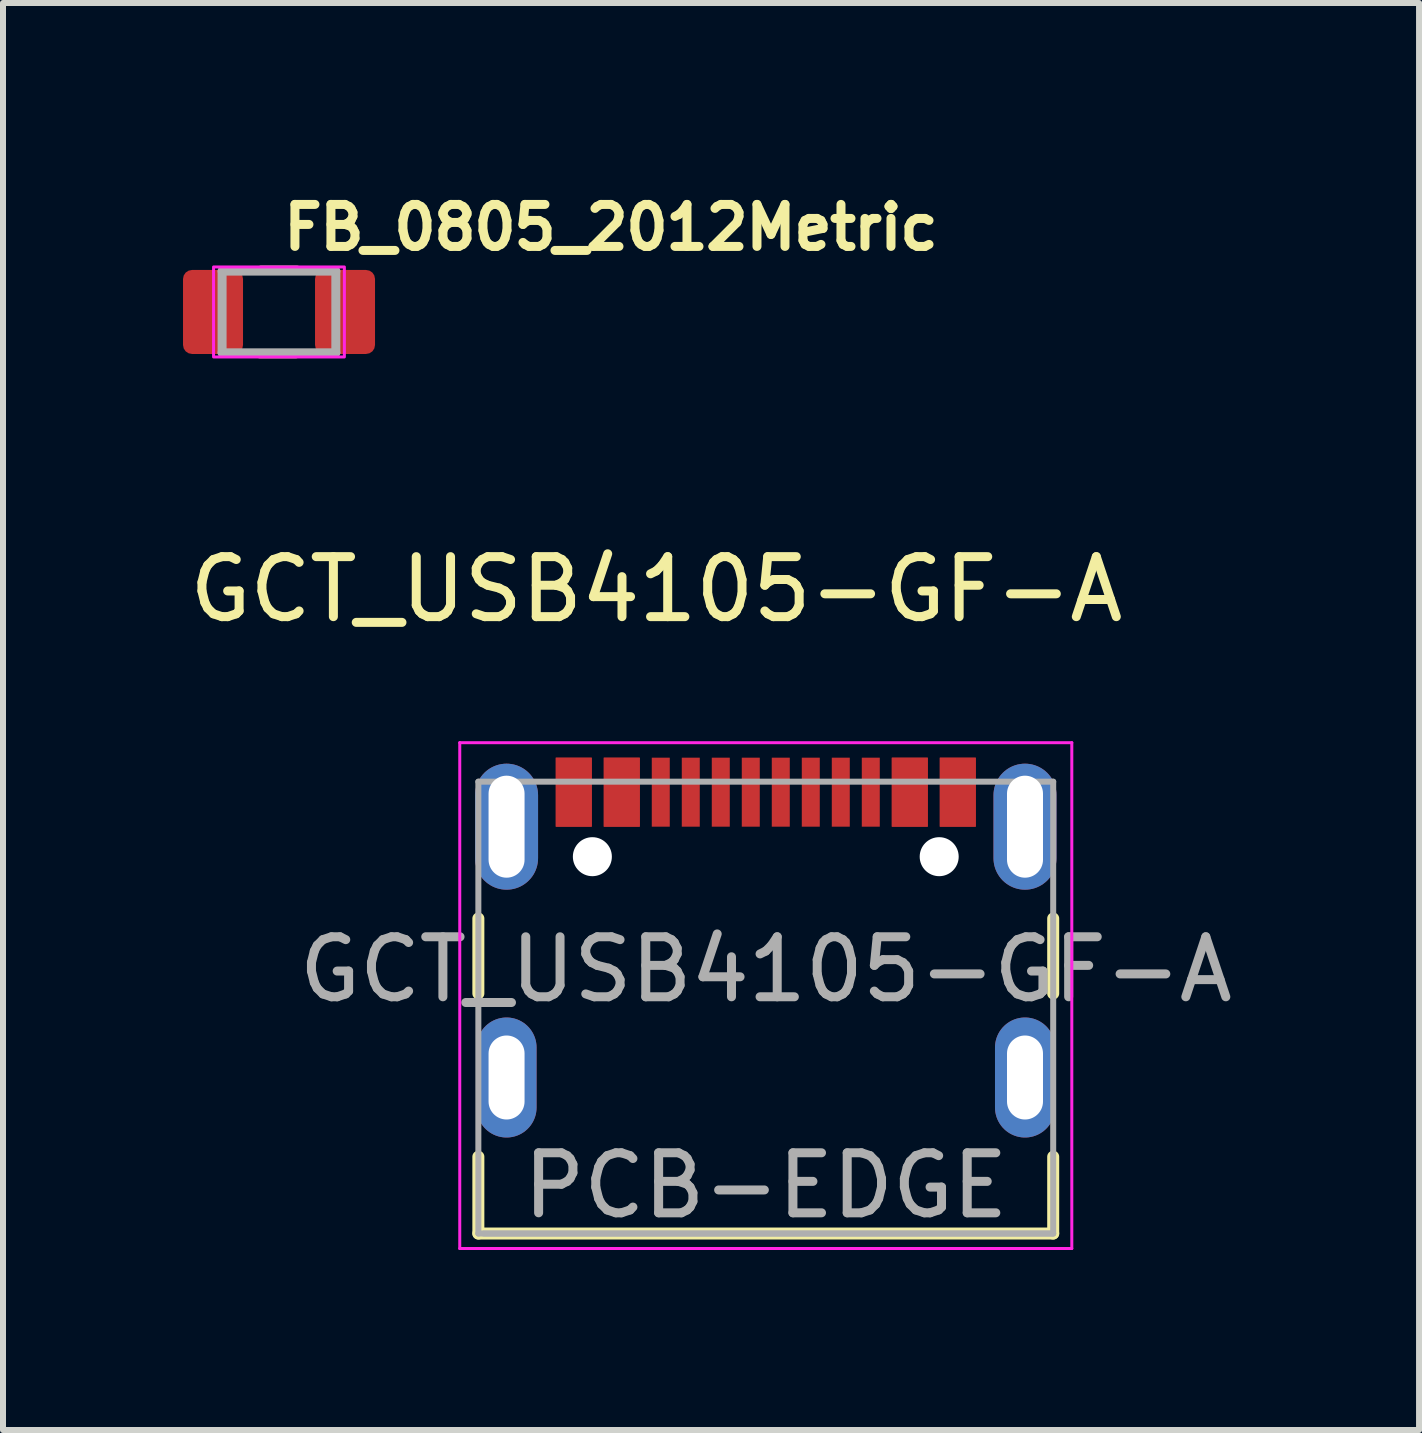
<source format=kicad_pcb>
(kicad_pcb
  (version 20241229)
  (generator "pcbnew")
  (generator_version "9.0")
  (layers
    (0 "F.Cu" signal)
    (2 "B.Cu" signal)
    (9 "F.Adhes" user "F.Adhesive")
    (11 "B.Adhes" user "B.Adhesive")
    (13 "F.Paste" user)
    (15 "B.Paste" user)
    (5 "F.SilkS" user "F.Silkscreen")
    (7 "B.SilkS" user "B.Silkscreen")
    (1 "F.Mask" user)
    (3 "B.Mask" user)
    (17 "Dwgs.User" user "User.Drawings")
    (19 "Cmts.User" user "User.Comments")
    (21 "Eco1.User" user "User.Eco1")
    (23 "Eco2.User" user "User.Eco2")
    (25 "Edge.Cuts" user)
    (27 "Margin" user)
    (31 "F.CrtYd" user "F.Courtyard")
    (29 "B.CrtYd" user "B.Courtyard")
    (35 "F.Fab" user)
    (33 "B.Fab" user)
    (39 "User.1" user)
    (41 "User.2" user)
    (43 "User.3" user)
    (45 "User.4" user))
  (footprint "GCT_USB4105-GF-A"
    (layer "F.Cu")
    (at 9.712 14.907)
    (property "Reference" "GCT_USB4105-GF-A" (at -1.825 -8.135 0) (layer "F.SilkS") (effects (font (size 1 1) (thickness 0.15))))
    (attr through_hole)
    (fp_line (start -4.79 -2.65) (end -4.79 -1.4) (stroke (width 0.2) (type solid)) (layer "F.SilkS"))
    (fp_line (start -4.79 1.32) (end -4.79 2.6) (stroke (width 0.2) (type solid)) (layer "F.SilkS"))
    (fp_line (start -4.79 2.6) (end 4.79 2.6) (stroke (width 0.2) (type solid)) (layer "F.SilkS"))
    (fp_line (start 4.79 -2.65) (end 4.79 -1.4) (stroke (width 0.2) (type solid)) (layer "F.SilkS"))
    (fp_line (start 4.79 2.6) (end 4.79 1.32) (stroke (width 0.2) (type solid)) (layer "F.SilkS"))
    (fp_line (start -5.1 -5.58) (end -5.1 2.85) (stroke (width 0.05) (type solid)) (layer "F.CrtYd"))
    (fp_line (start -5.1 2.85) (end 5.1 2.85) (stroke (width 0.05) (type solid)) (layer "F.CrtYd"))
    (fp_line (start 5.1 -5.58) (end -5.1 -5.58) (stroke (width 0.05) (type solid)) (layer "F.CrtYd"))
    (fp_line (start 5.1 2.85) (end 5.1 -5.58) (stroke (width 0.05) (type solid)) (layer "F.CrtYd"))
    (fp_line (start -4.79 -4.93) (end 4.79 -4.93) (stroke (width 0.1) (type solid)) (layer "F.Fab"))
    (fp_line (start -4.79 2.6) (end -4.79 -4.93) (stroke (width 0.1) (type solid)) (layer "F.Fab"))
    (fp_line (start -4.7 2.6) (end 4.79 2.6) (stroke (width 0.1) (type solid)) (layer "F.Fab"))
    (fp_line (start 4.79 -4.93) (end 4.79 2.6) (stroke (width 0.1) (type solid)) (layer "F.Fab"))
    (fp_line (start 4.79 2.6) (end -4.79 2.6) (stroke (width 0.1) (type solid)) (layer "F.Fab"))
    (fp_text user "PCB-EDGE" (at 0 1.8 0) (layer "F.Fab") (effects (font (size 1 1) (thickness 0.15))))
    (fp_text user "${REFERENCE}" (at 0 -1.8 0) (layer "F.Fab") (effects (font (size 1 1) (thickness 0.15))))
    (pad "" np_thru_hole circle (at -2.89 -3.68) (size 0.65 0.65) (drill 0.65) (layers "*.Cu" "*.Mask"))
    (pad "" np_thru_hole circle (at 2.89 -3.68) (size 0.65 0.65) (drill 0.65) (layers "*.Cu" "*.Mask"))
    (pad "A1" smd rect (at -3.2 -4.755) (size 0.6 1.15) (layers "F.Cu" "F.Mask" "F.Paste"))
    (pad "A4" smd rect (at -2.4 -4.755) (size 0.6 1.15) (layers "F.Cu" "F.Mask" "F.Paste"))
    (pad "A5" smd rect (at -1.25 -4.755) (size 0.3 1.15) (layers "F.Cu" "F.Mask" "F.Paste"))
    (pad "A6" smd rect (at -0.25 -4.755) (size 0.3 1.15) (layers "F.Cu" "F.Mask" "F.Paste"))
    (pad "A7" smd rect (at 0.25 -4.755) (size 0.3 1.15) (layers "F.Cu" "F.Mask" "F.Paste"))
    (pad "A8" smd rect (at 1.25 -4.755) (size 0.3 1.15) (layers "F.Cu" "F.Mask" "F.Paste"))
    (pad "A9" smd rect (at 2.4 -4.755) (size 0.6 1.15) (layers "F.Cu" "F.Mask" "F.Paste"))
    (pad "A12" smd rect (at 3.2 -4.755) (size 0.6 1.15) (layers "F.Cu" "F.Mask" "F.Paste"))
    (pad "B1" smd rect (at 3.2 -4.755) (size 0.6 1.15) (layers "F.Cu" "F.Mask" "F.Paste"))
    (pad "B4" smd rect (at 2.4 -4.755) (size 0.6 1.15) (layers "F.Cu" "F.Mask" "F.Paste"))
    (pad "B5" smd rect (at 1.75 -4.755) (size 0.3 1.15) (layers "F.Cu" "F.Mask" "F.Paste"))
    (pad "B6" smd rect (at 0.75 -4.755) (size 0.3 1.15) (layers "F.Cu" "F.Mask" "F.Paste"))
    (pad "B7" smd rect (at -0.75 -4.755) (size 0.3 1.15) (layers "F.Cu" "F.Mask" "F.Paste"))
    (pad "B8" smd rect (at -1.75 -4.755) (size 0.3 1.15) (layers "F.Cu" "F.Mask" "F.Paste"))
    (pad "B9" smd rect (at -2.4 -4.755) (size 0.6 1.15) (layers "F.Cu" "F.Mask" "F.Paste"))
    (pad "B12" smd rect (at -3.2 -4.755) (size 0.6 1.15) (layers "F.Cu" "F.Mask" "F.Paste"))
    (pad "S1" thru_hole oval (at -4.32 -4.18) (size 1.05 2.1) (drill oval 0.6 1.7) (layers "*.Cu" "*.Mask"))
    (pad "S1" thru_hole oval (at -4.32 0) (size 1 2) (drill oval 0.6 1.4) (layers "*.Cu" "*.Mask"))
    (pad "S1" thru_hole oval (at 4.32 -4.18) (size 1.05 2.1) (drill oval 0.6 1.7) (layers "*.Cu" "*.Mask"))
    (pad "S1" thru_hole oval (at 4.32 0) (size 1 2) (drill oval 0.6 1.4) (layers "*.Cu" "*.Mask")))
  (footprint "FB_0805_2012Metric"
    (layer "F.Cu")
    (at 1.599 2.149)
    (property "Reference" "FB_0805_2012Metric" (at 0.001 -0.999 0) (layer "F.SilkS") (effects (font (size 0.7 0.7) (thickness 0.15)) (justify left bottom)))
    (attr smd)
    (fp_line (start -0.319 0.698) (end 0.281 0.698) (stroke (width 0.15) (type solid)) (layer "F.SilkS"))
    (fp_line (start -0.299 -0.698) (end 0.299 -0.698) (stroke (width 0.15) (type solid)) (layer "F.SilkS"))
    (fp_rect (start -1.09 -0.75) (end 1.09 0.75) (stroke (width 0.05) (type solid)) (fill no) (layer "F.CrtYd"))
    (fp_line (start -0.948 -0.681) (end 0.948 -0.681) (stroke (width 0.15) (type solid)) (layer "F.Fab"))
    (fp_line (start -0.948 -0.676) (end -0.948 0.676) (stroke (width 0.15) (type solid)) (layer "F.Fab"))
    (fp_line (start -0.948 0.681) (end 0.948 0.681) (stroke (width 0.15) (type solid)) (layer "F.Fab"))
    (fp_line (start 0.948 -0.676) (end 0.948 0.676) (stroke (width 0.15) (type solid)) (layer "F.Fab"))
    (fp_rect (start -0.999 -0.656) (end 0.999 0.656) (stroke (width 0.1) (type solid)) (fill no) (layer "User.5"))
    (fp_line (start -0.999 -0.656) (end -0.999 0.656) (stroke (width 0.02) (type solid)) (layer "User.9"))
    (fp_line (start -0.499 -0.656) (end -0.999 -0.656) (stroke (width 0.02) (type solid)) (layer "User.9"))
    (fp_line (start -0.499 -0.656) (end -0.499 0.656) (stroke (width 0.02) (type solid)) (layer "User.9"))
    (fp_line (start -0.499 -0.624) (end 0.499 -0.624) (stroke (width 0.02) (type solid)) (layer "User.9"))
    (fp_line (start -0.499 0.656) (end -0.999 0.656) (stroke (width 0.02) (type solid)) (layer "User.9"))
    (fp_line (start 0.499 -0.656) (end 0.499 0.656) (stroke (width 0.02) (type solid)) (layer "User.9"))
    (fp_line (start 0.499 0.624) (end -0.499 0.624) (stroke (width 0.02) (type solid)) (layer "User.9"))
    (fp_line (start 0.999 -0.656) (end 0.499 -0.656) (stroke (width 0.02) (type solid)) (layer "User.9"))
    (fp_line (start 0.999 -0.656) (end 0.999 0.656) (stroke (width 0.02) (type solid)) (layer "User.9"))
    (fp_line (start 0.999 0.656) (end 0.499 0.656) (stroke (width 0.02) (type solid)) (layer "User.9"))
    (pad "1" smd roundrect (at -1.099 0) (size 1 1.4) (layers "F.Cu" "F.Mask" "F.Paste") (roundrect_rratio 0.15))
    (pad "2" smd roundrect (at 1.101 0) (size 1 1.4) (layers "F.Cu" "F.Mask" "F.Paste") (roundrect_rratio 0.15)))
  (gr_rect
    (start -3 -3)
    (end 20.599 20.782)
    (stroke (width 0.1) (type default))
    (fill no)
    (layer "Edge.Cuts")))
</source>
